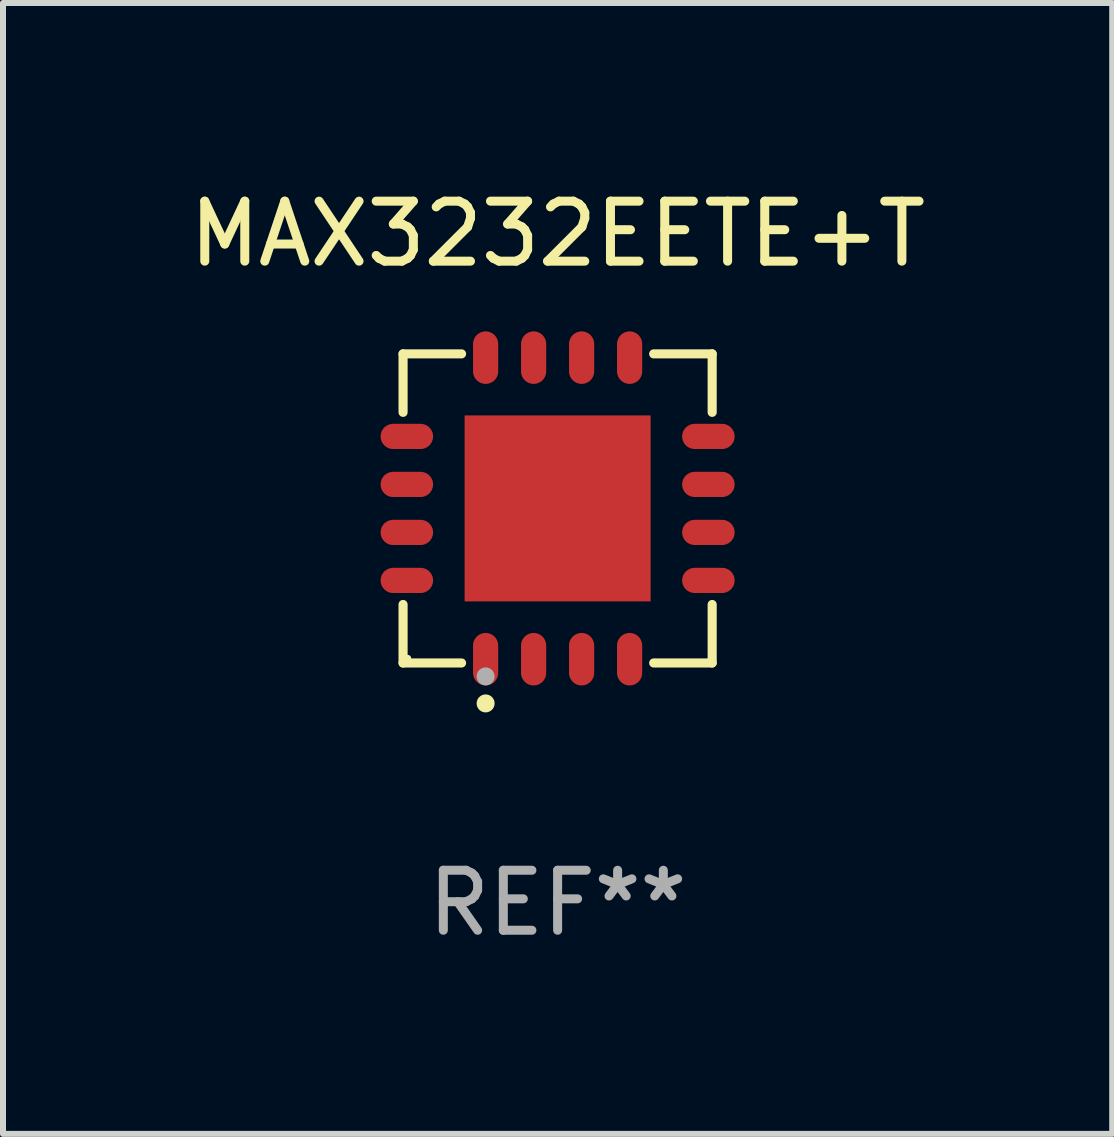
<source format=kicad_pcb>
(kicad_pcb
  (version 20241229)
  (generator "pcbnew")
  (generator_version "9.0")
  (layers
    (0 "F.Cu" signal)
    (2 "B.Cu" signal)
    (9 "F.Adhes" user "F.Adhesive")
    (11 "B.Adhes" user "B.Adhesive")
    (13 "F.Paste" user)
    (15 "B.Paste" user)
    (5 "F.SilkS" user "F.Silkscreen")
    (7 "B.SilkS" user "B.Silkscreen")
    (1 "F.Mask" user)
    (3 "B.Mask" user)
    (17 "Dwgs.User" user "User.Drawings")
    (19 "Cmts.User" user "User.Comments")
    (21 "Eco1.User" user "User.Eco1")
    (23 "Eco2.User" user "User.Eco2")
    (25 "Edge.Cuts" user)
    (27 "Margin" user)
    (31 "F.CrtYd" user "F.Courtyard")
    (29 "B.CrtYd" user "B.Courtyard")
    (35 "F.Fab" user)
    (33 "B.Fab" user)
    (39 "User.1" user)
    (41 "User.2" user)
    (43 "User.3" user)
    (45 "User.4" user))
  (footprint "MAX3232EETE+T"
    (layer "F.Cu")
    (at 6.244 5.424)
    (property "Reference" "MAX3232EETE+T" (at 0 -4.576 0) (layer "F.SilkS") (effects (font (size 1 1) (thickness 0.15))))
    (attr through_hole)
    (fp_line (start -2.576 -2.576) (end -1.601 -2.576) (stroke (width 0.152) (type solid)) (layer "F.SilkS"))
    (fp_line (start -2.576 -1.601) (end -2.576 -2.576) (stroke (width 0.152) (type solid)) (layer "F.SilkS"))
    (fp_line (start -2.576 1.601) (end -2.576 2.576) (stroke (width 0.152) (type solid)) (layer "F.SilkS"))
    (fp_line (start -2.576 2.576) (end -1.601 2.576) (stroke (width 0.152) (type solid)) (layer "F.SilkS"))
    (fp_line (start 2.576 -2.576) (end 1.601 -2.576) (stroke (width 0.152) (type solid)) (layer "F.SilkS"))
    (fp_line (start 2.576 -1.601) (end 2.576 -2.576) (stroke (width 0.152) (type solid)) (layer "F.SilkS"))
    (fp_line (start 2.576 1.601) (end 2.576 2.576) (stroke (width 0.152) (type solid)) (layer "F.SilkS"))
    (fp_line (start 2.576 2.576) (end 1.601 2.576) (stroke (width 0.152) (type solid)) (layer "F.SilkS"))
    (fp_circle (center -2.5 2.5) (end -2.47 2.5) (stroke (width 0.06) (type solid)) (fill no) (layer "F.SilkS"))
    (fp_circle (center -1.2 3.25) (end -1.125 3.25) (stroke (width 0.15) (type solid)) (fill no) (layer "F.SilkS"))
    (fp_circle (center -1.2 2.8) (end -1.125 2.8) (stroke (width 0.15) (type solid)) (fill no) (layer "F.Fab"))
    (fp_text user "REF**" (at 0 6.576 0) (layer "F.Fab") (effects (font (size 1 1) (thickness 0.15))))
    (pad "1" smd oval (at -1.2 2.513) (size 0.42 0.875) (layers "F.Cu" "F.Mask" "F.Paste"))
    (pad "2" smd oval (at -0.4 2.513) (size 0.42 0.875) (layers "F.Cu" "F.Mask" "F.Paste"))
    (pad "3" smd oval (at 0.4 2.513) (size 0.42 0.875) (layers "F.Cu" "F.Mask" "F.Paste"))
    (pad "4" smd oval (at 1.2 2.513) (size 0.42 0.875) (layers "F.Cu" "F.Mask" "F.Paste"))
    (pad "5" smd oval (at 2.513 1.2) (size 0.875 0.42) (layers "F.Cu" "F.Mask" "F.Paste"))
    (pad "6" smd oval (at 2.513 0.4) (size 0.875 0.42) (layers "F.Cu" "F.Mask" "F.Paste"))
    (pad "7" smd oval (at 2.513 -0.4) (size 0.875 0.42) (layers "F.Cu" "F.Mask" "F.Paste"))
    (pad "8" smd oval (at 2.513 -1.2) (size 0.875 0.42) (layers "F.Cu" "F.Mask" "F.Paste"))
    (pad "9" smd oval (at 1.2 -2.513) (size 0.42 0.875) (layers "F.Cu" "F.Mask" "F.Paste"))
    (pad "10" smd oval (at 0.4 -2.513) (size 0.42 0.875) (layers "F.Cu" "F.Mask" "F.Paste"))
    (pad "11" smd oval (at -0.4 -2.513) (size 0.42 0.875) (layers "F.Cu" "F.Mask" "F.Paste"))
    (pad "12" smd oval (at -1.2 -2.513) (size 0.42 0.875) (layers "F.Cu" "F.Mask" "F.Paste"))
    (pad "13" smd oval (at -2.513 -1.2) (size 0.875 0.42) (layers "F.Cu" "F.Mask" "F.Paste"))
    (pad "14" smd oval (at -2.513 -0.4) (size 0.875 0.42) (layers "F.Cu" "F.Mask" "F.Paste"))
    (pad "15" smd oval (at -2.513 0.4) (size 0.875 0.42) (layers "F.Cu" "F.Mask" "F.Paste"))
    (pad "16" smd oval (at -2.513 1.2) (size 0.875 0.42) (layers "F.Cu" "F.Mask" "F.Paste"))
    (pad "17" smd rect (at 0 0) (size 3.1 3.1) (layers "F.Cu" "F.Mask" "F.Paste")))
  (gr_rect
    (start -3 -3)
    (end 15.488 15.849)
    (stroke (width 0.1) (type default))
    (fill no)
    (layer "Edge.Cuts")))
</source>
